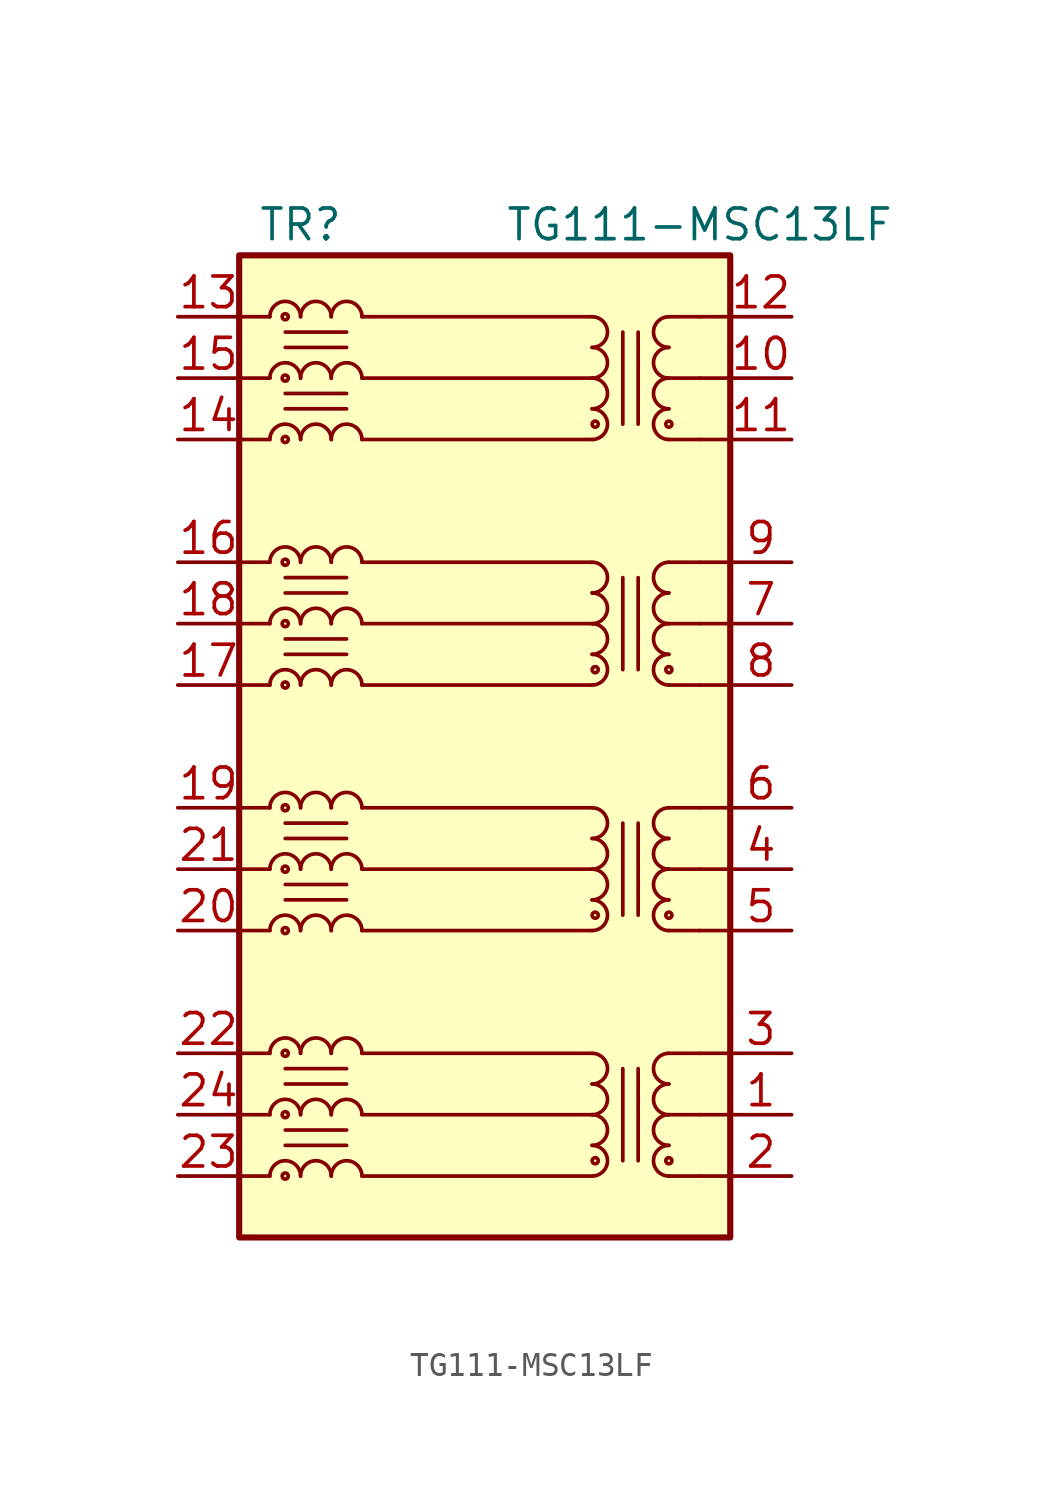
<source format=kicad_sym>
(kicad_symbol_lib
  (version 20220914)
  (generator kicad_symbol_editor)
  (symbol "TG111-MSC13LF"
    (pin_names hide)
    (property "Reference" "TR"
      (at -7.62 21.59 0)
      (effects (font (size 1.27 1.27))))
    (property "Value" "TG111-MSC13LF"
      (at 8.89 21.59 0)
      (effects (font (size 1.27 1.27))))
    (symbol "TG111-MSC13LF_0_1"
      (polyline (pts (xy 10.16 -17.78) (xy 8.89 -17.78)) (stroke (width 0) (type default)) (fill (type none)))
      (polyline (pts (xy 10.16 -15.24) (xy 8.89 -15.24)) (stroke (width 0) (type default)) (fill (type none)))
      (polyline (pts (xy 10.16 -12.7) (xy 8.89 -12.7)) (stroke (width 0) (type default)) (fill (type none)))
      (rectangle (start 10.16 20.32) (end -10.16 -20.32) (stroke (width 0.254) (type default)) (fill (type background)))
      (pin passive line (at 12.7 -15.24 180) (length 2.54) (name "TCT1" (effects (font (size 1.27 1.27)))) (number "1" (effects (font (size 1.27 1.27)))))
      (pin passive line (at 12.7 15.24 180) (length 2.54) (name "TCT4" (effects (font (size 1.27 1.27)))) (number "10" (effects (font (size 1.27 1.27)))))
      (pin passive line (at 12.7 12.7 180) (length 2.54) (name "TD4+" (effects (font (size 1.27 1.27)))) (number "11" (effects (font (size 1.27 1.27)))))
      (pin passive line (at 12.7 17.78 180) (length 2.54) (name "TD4-" (effects (font (size 1.27 1.27)))) (number "12" (effects (font (size 1.27 1.27)))))
      (pin passive line (at -12.7 17.78 0) (length 2.54) (name "MX4-" (effects (font (size 1.27 1.27)))) (number "13" (effects (font (size 1.27 1.27)))))
      (pin passive line (at -12.7 12.7 0) (length 2.54) (name "MX4+" (effects (font (size 1.27 1.27)))) (number "14" (effects (font (size 1.27 1.27)))))
      (pin passive line (at -12.7 15.24 0) (length 2.54) (name "MCT4" (effects (font (size 1.27 1.27)))) (number "15" (effects (font (size 1.27 1.27)))))
      (pin passive line (at -12.7 7.62 0) (length 2.54) (name "MTX3-" (effects (font (size 1.27 1.27)))) (number "16" (effects (font (size 1.27 1.27)))))
      (pin passive line (at -12.7 2.54 0) (length 2.54) (name "MTX3+" (effects (font (size 1.27 1.27)))) (number "17" (effects (font (size 1.27 1.27)))))
      (pin passive line (at -12.7 5.08 0) (length 2.54) (name "MCT3" (effects (font (size 1.27 1.27)))) (number "18" (effects (font (size 1.27 1.27)))))
      (pin passive line (at -12.7 -2.54 0) (length 2.54) (name "MTX2-" (effects (font (size 1.27 1.27)))) (number "19" (effects (font (size 1.27 1.27)))))
      (pin passive line (at 12.7 -17.78 180) (length 2.54) (name "TD1+" (effects (font (size 1.27 1.27)))) (number "2" (effects (font (size 1.27 1.27)))))
      (pin passive line (at -12.7 -7.62 0) (length 2.54) (name "MTX2+" (effects (font (size 1.27 1.27)))) (number "20" (effects (font (size 1.27 1.27)))))
      (pin passive line (at -12.7 -5.08 0) (length 2.54) (name "MCT2" (effects (font (size 1.27 1.27)))) (number "21" (effects (font (size 1.27 1.27)))))
      (pin passive line (at -12.7 -12.7 0) (length 2.54) (name "MTX1-" (effects (font (size 1.27 1.27)))) (number "22" (effects (font (size 1.27 1.27)))))
      (pin passive line (at -12.7 -17.78 0) (length 2.54) (name "MTX1+" (effects (font (size 1.27 1.27)))) (number "23" (effects (font (size 1.27 1.27)))))
      (pin passive line (at -12.7 -15.24 0) (length 2.54) (name "MTC1" (effects (font (size 1.27 1.27)))) (number "24" (effects (font (size 1.27 1.27)))))
      (pin passive line (at 12.7 -12.7 180) (length 2.54) (name "TD1-" (effects (font (size 1.27 1.27)))) (number "3" (effects (font (size 1.27 1.27)))))
      (pin passive line (at 12.7 -5.08 180) (length 2.54) (name "TCT2" (effects (font (size 1.27 1.27)))) (number "4" (effects (font (size 1.27 1.27)))))
      (pin passive line (at 12.7 -7.62 180) (length 2.54) (name "TD2+" (effects (font (size 1.27 1.27)))) (number "5" (effects (font (size 1.27 1.27)))))
      (pin passive line (at 12.7 -2.54 180) (length 2.54) (name "TD2-" (effects (font (size 1.27 1.27)))) (number "6" (effects (font (size 1.27 1.27)))))
      (pin passive line (at 12.7 5.08 180) (length 2.54) (name "TCT3" (effects (font (size 1.27 1.27)))) (number "7" (effects (font (size 1.27 1.27)))))
      (pin passive line (at 12.7 2.54 180) (length 2.54) (name "TD3+" (effects (font (size 1.27 1.27)))) (number "8" (effects (font (size 1.27 1.27)))))
      (pin passive line (at 12.7 7.62 180) (length 2.54) (name "TD3-" (effects (font (size 1.27 1.27)))) (number "9" (effects (font (size 1.27 1.27))))))
    (symbol "TG111-MSC13LF_1_1"
      (circle (center -8.255 -17.78) (radius 0.127) (stroke (width 0) (type default)) (fill (type none)))
      (circle (center -8.255 -15.24) (radius 0.127) (stroke (width 0) (type default)) (fill (type none)))
      (circle (center -8.255 -12.7) (radius 0.127) (stroke (width 0) (type default)) (fill (type none)))
      (circle (center -8.255 -7.62) (radius 0.127) (stroke (width 0) (type default)) (fill (type none)))
      (circle (center -8.255 -5.08) (radius 0.127) (stroke (width 0) (type default)) (fill (type none)))
      (circle (center -8.255 -2.54) (radius 0.127) (stroke (width 0) (type default)) (fill (type none)))
      (circle (center -8.255 2.54) (radius 0.127) (stroke (width 0) (type default)) (fill (type none)))
      (circle (center -8.255 5.08) (radius 0.127) (stroke (width 0) (type default)) (fill (type none)))
      (circle (center -8.255 7.62) (radius 0.127) (stroke (width 0) (type default)) (fill (type none)))
      (circle (center -8.255 12.7) (radius 0.127) (stroke (width 0) (type default)) (fill (type none)))
      (circle (center -8.255 15.24) (radius 0.127) (stroke (width 0) (type default)) (fill (type none)))
      (circle (center -8.255 17.78) (radius 0.127) (stroke (width 0) (type default)) (fill (type none)))
      (arc (start -7.62 -17.78) (mid -8.255 -17.1477) (end -8.89 -17.78) (stroke (width 0) (type default)) (fill (type none)))
      (arc (start -7.62 -15.24) (mid -8.255 -14.6077) (end -8.89 -15.24) (stroke (width 0) (type default)) (fill (type none)))
      (arc (start -7.62 -12.7) (mid -8.255 -12.0677) (end -8.89 -12.7) (stroke (width 0) (type default)) (fill (type none)))
      (arc (start -7.62 -7.62) (mid -8.255 -6.9877) (end -8.89 -7.62) (stroke (width 0) (type default)) (fill (type none)))
      (arc (start -7.62 -5.08) (mid -8.255 -4.4477) (end -8.89 -5.08) (stroke (width 0) (type default)) (fill (type none)))
      (arc (start -7.62 -2.54) (mid -8.255 -1.9077) (end -8.89 -2.54) (stroke (width 0) (type default)) (fill (type none)))
      (arc (start -7.62 2.54) (mid -8.255 3.1723) (end -8.89 2.54) (stroke (width 0) (type default)) (fill (type none)))
      (arc (start -7.62 5.08) (mid -8.255 5.7123) (end -8.89 5.08) (stroke (width 0) (type default)) (fill (type none)))
      (arc (start -7.62 7.62) (mid -8.255 8.2523) (end -8.89 7.62) (stroke (width 0) (type default)) (fill (type none)))
      (arc (start -7.62 12.7) (mid -8.255 13.3323) (end -8.89 12.7) (stroke (width 0) (type default)) (fill (type none)))
      (arc (start -7.62 15.24) (mid -8.255 15.8723) (end -8.89 15.24) (stroke (width 0) (type default)) (fill (type none)))
      (arc (start -7.62 17.78) (mid -8.255 18.4123) (end -8.89 17.78) (stroke (width 0) (type default)) (fill (type none)))
      (arc (start -6.35 -17.78) (mid -6.985 -17.1477) (end -7.62 -17.78) (stroke (width 0) (type default)) (fill (type none)))
      (arc (start -6.35 -15.24) (mid -6.985 -14.6077) (end -7.62 -15.24) (stroke (width 0) (type default)) (fill (type none)))
      (arc (start -6.35 -12.7) (mid -6.985 -12.0677) (end -7.62 -12.7) (stroke (width 0) (type default)) (fill (type none)))
      (arc (start -6.35 -7.62) (mid -6.985 -6.9877) (end -7.62 -7.62) (stroke (width 0) (type default)) (fill (type none)))
      (arc (start -6.35 -5.08) (mid -6.985 -4.4477) (end -7.62 -5.08) (stroke (width 0) (type default)) (fill (type none)))
      (arc (start -6.35 -2.54) (mid -6.985 -1.9077) (end -7.62 -2.54) (stroke (width 0) (type default)) (fill (type none)))
      (arc (start -6.35 2.54) (mid -6.985 3.1723) (end -7.62 2.54) (stroke (width 0) (type default)) (fill (type none)))
      (arc (start -6.35 5.08) (mid -6.985 5.7123) (end -7.62 5.08) (stroke (width 0) (type default)) (fill (type none)))
      (arc (start -6.35 7.62) (mid -6.985 8.2523) (end -7.62 7.62) (stroke (width 0) (type default)) (fill (type none)))
      (arc (start -6.35 12.7) (mid -6.985 13.3323) (end -7.62 12.7) (stroke (width 0) (type default)) (fill (type none)))
      (arc (start -6.35 15.24) (mid -6.985 15.8723) (end -7.62 15.24) (stroke (width 0) (type default)) (fill (type none)))
      (arc (start -6.35 17.78) (mid -6.985 18.4123) (end -7.62 17.78) (stroke (width 0) (type default)) (fill (type none)))
      (arc (start -5.08 -17.78) (mid -5.715 -17.1477) (end -6.35 -17.78) (stroke (width 0) (type default)) (fill (type none)))
      (arc (start -5.08 -15.24) (mid -5.715 -14.6077) (end -6.35 -15.24) (stroke (width 0) (type default)) (fill (type none)))
      (arc (start -5.08 -12.7) (mid -5.715 -12.0677) (end -6.35 -12.7) (stroke (width 0) (type default)) (fill (type none)))
      (arc (start -5.08 -7.62) (mid -5.715 -6.9877) (end -6.35 -7.62) (stroke (width 0) (type default)) (fill (type none)))
      (arc (start -5.08 -5.08) (mid -5.715 -4.4477) (end -6.35 -5.08) (stroke (width 0) (type default)) (fill (type none)))
      (arc (start -5.08 -2.54) (mid -5.715 -1.9077) (end -6.35 -2.54) (stroke (width 0) (type default)) (fill (type none)))
      (arc (start -5.08 2.54) (mid -5.715 3.1723) (end -6.35 2.54) (stroke (width 0) (type default)) (fill (type none)))
      (arc (start -5.08 5.08) (mid -5.715 5.7123) (end -6.35 5.08) (stroke (width 0) (type default)) (fill (type none)))
      (arc (start -5.08 7.62) (mid -5.715 8.2523) (end -6.35 7.62) (stroke (width 0) (type default)) (fill (type none)))
      (arc (start -5.08 12.7) (mid -5.715 13.3323) (end -6.35 12.7) (stroke (width 0) (type default)) (fill (type none)))
      (arc (start -5.08 15.24) (mid -5.715 15.8723) (end -6.35 15.24) (stroke (width 0) (type default)) (fill (type none)))
      (arc (start -5.08 17.78) (mid -5.715 18.4123) (end -6.35 17.78) (stroke (width 0) (type default)) (fill (type none)))
      (polyline (pts (xy -10.16 -17.78) (xy -8.89 -17.78)) (stroke (width 0) (type default)) (fill (type none)))
      (polyline (pts (xy -10.16 -15.24) (xy -8.89 -15.24)) (stroke (width 0) (type default)) (fill (type none)))
      (polyline (pts (xy -10.16 -12.7) (xy -8.89 -12.7)) (stroke (width 0) (type default)) (fill (type none)))
      (polyline (pts (xy -10.16 -7.62) (xy -8.89 -7.62)) (stroke (width 0) (type default)) (fill (type none)))
      (polyline (pts (xy -10.16 -5.08) (xy -8.89 -5.08)) (stroke (width 0) (type default)) (fill (type none)))
      (polyline (pts (xy -10.16 -2.54) (xy -8.89 -2.54)) (stroke (width 0) (type default)) (fill (type none)))
      (polyline (pts (xy -10.16 2.54) (xy -8.89 2.54)) (stroke (width 0) (type default)) (fill (type none)))
      (polyline (pts (xy -10.16 5.08) (xy -8.89 5.08)) (stroke (width 0) (type default)) (fill (type none)))
      (polyline (pts (xy -10.16 7.62) (xy -8.89 7.62)) (stroke (width 0) (type default)) (fill (type none)))
      (polyline (pts (xy -10.16 12.7) (xy -8.89 12.7)) (stroke (width 0) (type default)) (fill (type none)))
      (polyline (pts (xy -10.16 15.24) (xy -8.89 15.24)) (stroke (width 0) (type default)) (fill (type none)))
      (polyline (pts (xy -10.16 17.78) (xy -8.89 17.78)) (stroke (width 0) (type default)) (fill (type none)))
      (polyline (pts (xy -8.255 -16.51) (xy -5.715 -16.51)) (stroke (width 0) (type default)) (fill (type none)))
      (polyline (pts (xy -8.255 -15.875) (xy -5.715 -15.875)) (stroke (width 0) (type default)) (fill (type none)))
      (polyline (pts (xy -8.255 -13.97) (xy -5.715 -13.97)) (stroke (width 0) (type default)) (fill (type none)))
      (polyline (pts (xy -8.255 -13.335) (xy -5.715 -13.335)) (stroke (width 0) (type default)) (fill (type none)))
      (polyline (pts (xy -8.255 -6.35) (xy -5.715 -6.35)) (stroke (width 0) (type default)) (fill (type none)))
      (polyline (pts (xy -8.255 -5.715) (xy -5.715 -5.715)) (stroke (width 0) (type default)) (fill (type none)))
      (polyline (pts (xy -8.255 -3.81) (xy -5.715 -3.81)) (stroke (width 0) (type default)) (fill (type none)))
      (polyline (pts (xy -8.255 -3.175) (xy -5.715 -3.175)) (stroke (width 0) (type default)) (fill (type none)))
      (polyline (pts (xy -8.255 3.81) (xy -5.715 3.81)) (stroke (width 0) (type default)) (fill (type none)))
      (polyline (pts (xy -8.255 4.445) (xy -5.715 4.445)) (stroke (width 0) (type default)) (fill (type none)))
      (polyline (pts (xy -8.255 6.35) (xy -5.715 6.35)) (stroke (width 0) (type default)) (fill (type none)))
      (polyline (pts (xy -8.255 6.985) (xy -5.715 6.985)) (stroke (width 0) (type default)) (fill (type none)))
      (polyline (pts (xy -8.255 13.97) (xy -5.715 13.97)) (stroke (width 0) (type default)) (fill (type none)))
      (polyline (pts (xy -8.255 14.605) (xy -5.715 14.605)) (stroke (width 0) (type default)) (fill (type none)))
      (polyline (pts (xy -8.255 16.51) (xy -5.715 16.51)) (stroke (width 0) (type default)) (fill (type none)))
      (polyline (pts (xy -8.255 17.145) (xy -5.715 17.145)) (stroke (width 0) (type default)) (fill (type none)))
      (polyline (pts (xy -5.08 -17.78) (xy 4.445 -17.78)) (stroke (width 0) (type default)) (fill (type none)))
      (polyline (pts (xy -5.08 -15.24) (xy 4.445 -15.24)) (stroke (width 0) (type default)) (fill (type none)))
      (polyline (pts (xy -5.08 -12.7) (xy 4.445 -12.7)) (stroke (width 0) (type default)) (fill (type none)))
      (polyline (pts (xy -5.08 -7.62) (xy 4.445 -7.62)) (stroke (width 0) (type default)) (fill (type none)))
      (polyline (pts (xy -5.08 -5.08) (xy 4.445 -5.08)) (stroke (width 0) (type default)) (fill (type none)))
      (polyline (pts (xy -5.08 -2.54) (xy 4.445 -2.54)) (stroke (width 0) (type default)) (fill (type none)))
      (polyline (pts (xy -5.08 2.54) (xy 4.445 2.54)) (stroke (width 0) (type default)) (fill (type none)))
      (polyline (pts (xy -5.08 5.08) (xy 4.445 5.08)) (stroke (width 0) (type default)) (fill (type none)))
      (polyline (pts (xy -5.08 7.62) (xy 4.445 7.62)) (stroke (width 0) (type default)) (fill (type none)))
      (polyline (pts (xy -5.08 12.7) (xy 4.445 12.7)) (stroke (width 0) (type default)) (fill (type none)))
      (polyline (pts (xy -5.08 15.24) (xy 4.445 15.24)) (stroke (width 0) (type default)) (fill (type none)))
      (polyline (pts (xy -5.08 17.78) (xy 4.445 17.78)) (stroke (width 0) (type default)) (fill (type none)))
      (polyline (pts (xy 5.715 -13.335) (xy 5.715 -17.145)) (stroke (width 0) (type default)) (fill (type none)))
      (polyline (pts (xy 5.715 -3.175) (xy 5.715 -6.985)) (stroke (width 0) (type default)) (fill (type none)))
      (polyline (pts (xy 5.715 6.985) (xy 5.715 3.175)) (stroke (width 0) (type default)) (fill (type none)))
      (polyline (pts (xy 5.715 17.145) (xy 5.715 13.335)) (stroke (width 0) (type default)) (fill (type none)))
      (polyline (pts (xy 6.35 -13.335) (xy 6.35 -17.145)) (stroke (width 0) (type default)) (fill (type none)))
      (polyline (pts (xy 6.35 -3.175) (xy 6.35 -6.985)) (stroke (width 0) (type default)) (fill (type none)))
      (polyline (pts (xy 6.35 6.985) (xy 6.35 3.175)) (stroke (width 0) (type default)) (fill (type none)))
      (polyline (pts (xy 6.35 17.145) (xy 6.35 13.335)) (stroke (width 0) (type default)) (fill (type none)))
      (polyline (pts (xy 8.89 -17.78) (xy 7.62 -17.78)) (stroke (width 0) (type default)) (fill (type none)))
      (polyline (pts (xy 8.89 -15.24) (xy 7.62 -15.24)) (stroke (width 0) (type default)) (fill (type none)))
      (polyline (pts (xy 8.89 -12.7) (xy 7.62 -12.7)) (stroke (width 0) (type default)) (fill (type none)))
      (polyline (pts (xy 8.89 -7.62) (xy 7.62 -7.62)) (stroke (width 0) (type default)) (fill (type none)))
      (polyline (pts (xy 8.89 -5.08) (xy 7.62 -5.08)) (stroke (width 0) (type default)) (fill (type none)))
      (polyline (pts (xy 8.89 -2.54) (xy 7.62 -2.54)) (stroke (width 0) (type default)) (fill (type none)))
      (polyline (pts (xy 8.89 2.54) (xy 7.62 2.54)) (stroke (width 0) (type default)) (fill (type none)))
      (polyline (pts (xy 8.89 5.08) (xy 7.62 5.08)) (stroke (width 0) (type default)) (fill (type none)))
      (polyline (pts (xy 8.89 7.62) (xy 7.62 7.62)) (stroke (width 0) (type default)) (fill (type none)))
      (polyline (pts (xy 8.89 12.7) (xy 7.62 12.7)) (stroke (width 0) (type default)) (fill (type none)))
      (polyline (pts (xy 8.89 15.24) (xy 7.62 15.24)) (stroke (width 0) (type default)) (fill (type none)))
      (polyline (pts (xy 8.89 17.78) (xy 7.62 17.78)) (stroke (width 0) (type default)) (fill (type none)))
      (polyline (pts (xy 10.16 -7.62) (xy 8.89 -7.62)) (stroke (width 0) (type default)) (fill (type none)))
      (polyline (pts (xy 10.16 -5.08) (xy 8.89 -5.08)) (stroke (width 0) (type default)) (fill (type none)))
      (polyline (pts (xy 10.16 -2.54) (xy 8.89 -2.54)) (stroke (width 0) (type default)) (fill (type none)))
      (polyline (pts (xy 10.16 2.54) (xy 8.89 2.54)) (stroke (width 0) (type default)) (fill (type none)))
      (polyline (pts (xy 10.16 5.08) (xy 8.89 5.08)) (stroke (width 0) (type default)) (fill (type none)))
      (polyline (pts (xy 10.16 7.62) (xy 8.89 7.62)) (stroke (width 0) (type default)) (fill (type none)))
      (polyline (pts (xy 10.16 12.7) (xy 8.89 12.7)) (stroke (width 0) (type default)) (fill (type none)))
      (polyline (pts (xy 10.16 15.24) (xy 8.89 15.24)) (stroke (width 0) (type default)) (fill (type none)))
      (polyline (pts (xy 10.16 17.78) (xy 8.89 17.78)) (stroke (width 0) (type default)) (fill (type none)))
      (arc (start 4.445 -17.78) (mid 5.0773 -17.145) (end 4.445 -16.51) (stroke (width 0) (type default)) (fill (type none)))
      (arc (start 4.445 -16.51) (mid 5.0773 -15.875) (end 4.445 -15.24) (stroke (width 0) (type default)) (fill (type none)))
      (arc (start 4.445 -15.24) (mid 5.0773 -14.605) (end 4.445 -13.97) (stroke (width 0) (type default)) (fill (type none)))
      (arc (start 4.445 -13.97) (mid 5.0773 -13.335) (end 4.445 -12.7) (stroke (width 0) (type default)) (fill (type none)))
      (arc (start 4.445 -7.62) (mid 5.0773 -6.985) (end 4.445 -6.35) (stroke (width 0) (type default)) (fill (type none)))
      (arc (start 4.445 -6.35) (mid 5.0773 -5.715) (end 4.445 -5.08) (stroke (width 0) (type default)) (fill (type none)))
      (arc (start 4.445 -5.08) (mid 5.0773 -4.445) (end 4.445 -3.81) (stroke (width 0) (type default)) (fill (type none)))
      (arc (start 4.445 -3.81) (mid 5.0773 -3.175) (end 4.445 -2.54) (stroke (width 0) (type default)) (fill (type none)))
      (arc (start 4.445 2.54) (mid 5.0773 3.175) (end 4.445 3.81) (stroke (width 0) (type default)) (fill (type none)))
      (arc (start 4.445 3.81) (mid 5.0773 4.445) (end 4.445 5.08) (stroke (width 0) (type default)) (fill (type none)))
      (arc (start 4.445 5.08) (mid 5.0773 5.715) (end 4.445 6.35) (stroke (width 0) (type default)) (fill (type none)))
      (arc (start 4.445 6.35) (mid 5.0773 6.985) (end 4.445 7.62) (stroke (width 0) (type default)) (fill (type none)))
      (arc (start 4.445 12.7) (mid 5.0773 13.335) (end 4.445 13.97) (stroke (width 0) (type default)) (fill (type none)))
      (arc (start 4.445 13.97) (mid 5.0773 14.605) (end 4.445 15.24) (stroke (width 0) (type default)) (fill (type none)))
      (arc (start 4.445 15.24) (mid 5.0773 15.875) (end 4.445 16.51) (stroke (width 0) (type default)) (fill (type none)))
      (arc (start 4.445 16.51) (mid 5.0773 17.145) (end 4.445 17.78) (stroke (width 0) (type default)) (fill (type none)))
      (circle (center 4.572 -17.145) (radius 0.127) (stroke (width 0) (type default)) (fill (type none)))
      (circle (center 4.572 -6.985) (radius 0.127) (stroke (width 0) (type default)) (fill (type none)))
      (circle (center 4.572 3.175) (radius 0.127) (stroke (width 0) (type default)) (fill (type none)))
      (circle (center 4.572 13.335) (radius 0.127) (stroke (width 0) (type default)) (fill (type none)))
      (circle (center 7.62 -17.145) (radius 0.127) (stroke (width 0) (type default)) (fill (type none)))
      (arc (start 7.62 -16.51) (mid 6.9877 -17.145) (end 7.62 -17.78) (stroke (width 0) (type default)) (fill (type none)))
      (arc (start 7.62 -15.24) (mid 6.9877 -15.875) (end 7.62 -16.51) (stroke (width 0) (type default)) (fill (type none)))
      (arc (start 7.62 -13.97) (mid 6.9877 -14.605) (end 7.62 -15.24) (stroke (width 0) (type default)) (fill (type none)))
      (arc (start 7.62 -12.7) (mid 6.9877 -13.335) (end 7.62 -13.97) (stroke (width 0) (type default)) (fill (type none)))
      (circle (center 7.62 -6.985) (radius 0.127) (stroke (width 0) (type default)) (fill (type none)))
      (arc (start 7.62 -6.35) (mid 6.9877 -6.985) (end 7.62 -7.62) (stroke (width 0) (type default)) (fill (type none)))
      (arc (start 7.62 -5.08) (mid 6.9877 -5.715) (end 7.62 -6.35) (stroke (width 0) (type default)) (fill (type none)))
      (arc (start 7.62 -3.81) (mid 6.9877 -4.445) (end 7.62 -5.08) (stroke (width 0) (type default)) (fill (type none)))
      (arc (start 7.62 -2.54) (mid 6.9877 -3.175) (end 7.62 -3.81) (stroke (width 0) (type default)) (fill (type none)))
      (circle (center 7.62 3.175) (radius 0.127) (stroke (width 0) (type default)) (fill (type none)))
      (arc (start 7.62 3.81) (mid 6.9877 3.175) (end 7.62 2.54) (stroke (width 0) (type default)) (fill (type none)))
      (arc (start 7.62 5.08) (mid 6.9877 4.445) (end 7.62 3.81) (stroke (width 0) (type default)) (fill (type none)))
      (arc (start 7.62 6.35) (mid 6.9877 5.715) (end 7.62 5.08) (stroke (width 0) (type default)) (fill (type none)))
      (arc (start 7.62 7.62) (mid 6.9877 6.985) (end 7.62 6.35) (stroke (width 0) (type default)) (fill (type none)))
      (circle (center 7.62 13.335) (radius 0.127) (stroke (width 0) (type default)) (fill (type none)))
      (arc (start 7.62 13.97) (mid 6.9877 13.335) (end 7.62 12.7) (stroke (width 0) (type default)) (fill (type none)))
      (arc (start 7.62 15.24) (mid 6.9877 14.605) (end 7.62 13.97) (stroke (width 0) (type default)) (fill (type none)))
      (arc (start 7.62 16.51) (mid 6.9877 15.875) (end 7.62 15.24) (stroke (width 0) (type default)) (fill (type none)))
      (arc (start 7.62 17.78) (mid 6.9877 17.145) (end 7.62 16.51) (stroke (width 0) (type default)) (fill (type none))))))
</source>
